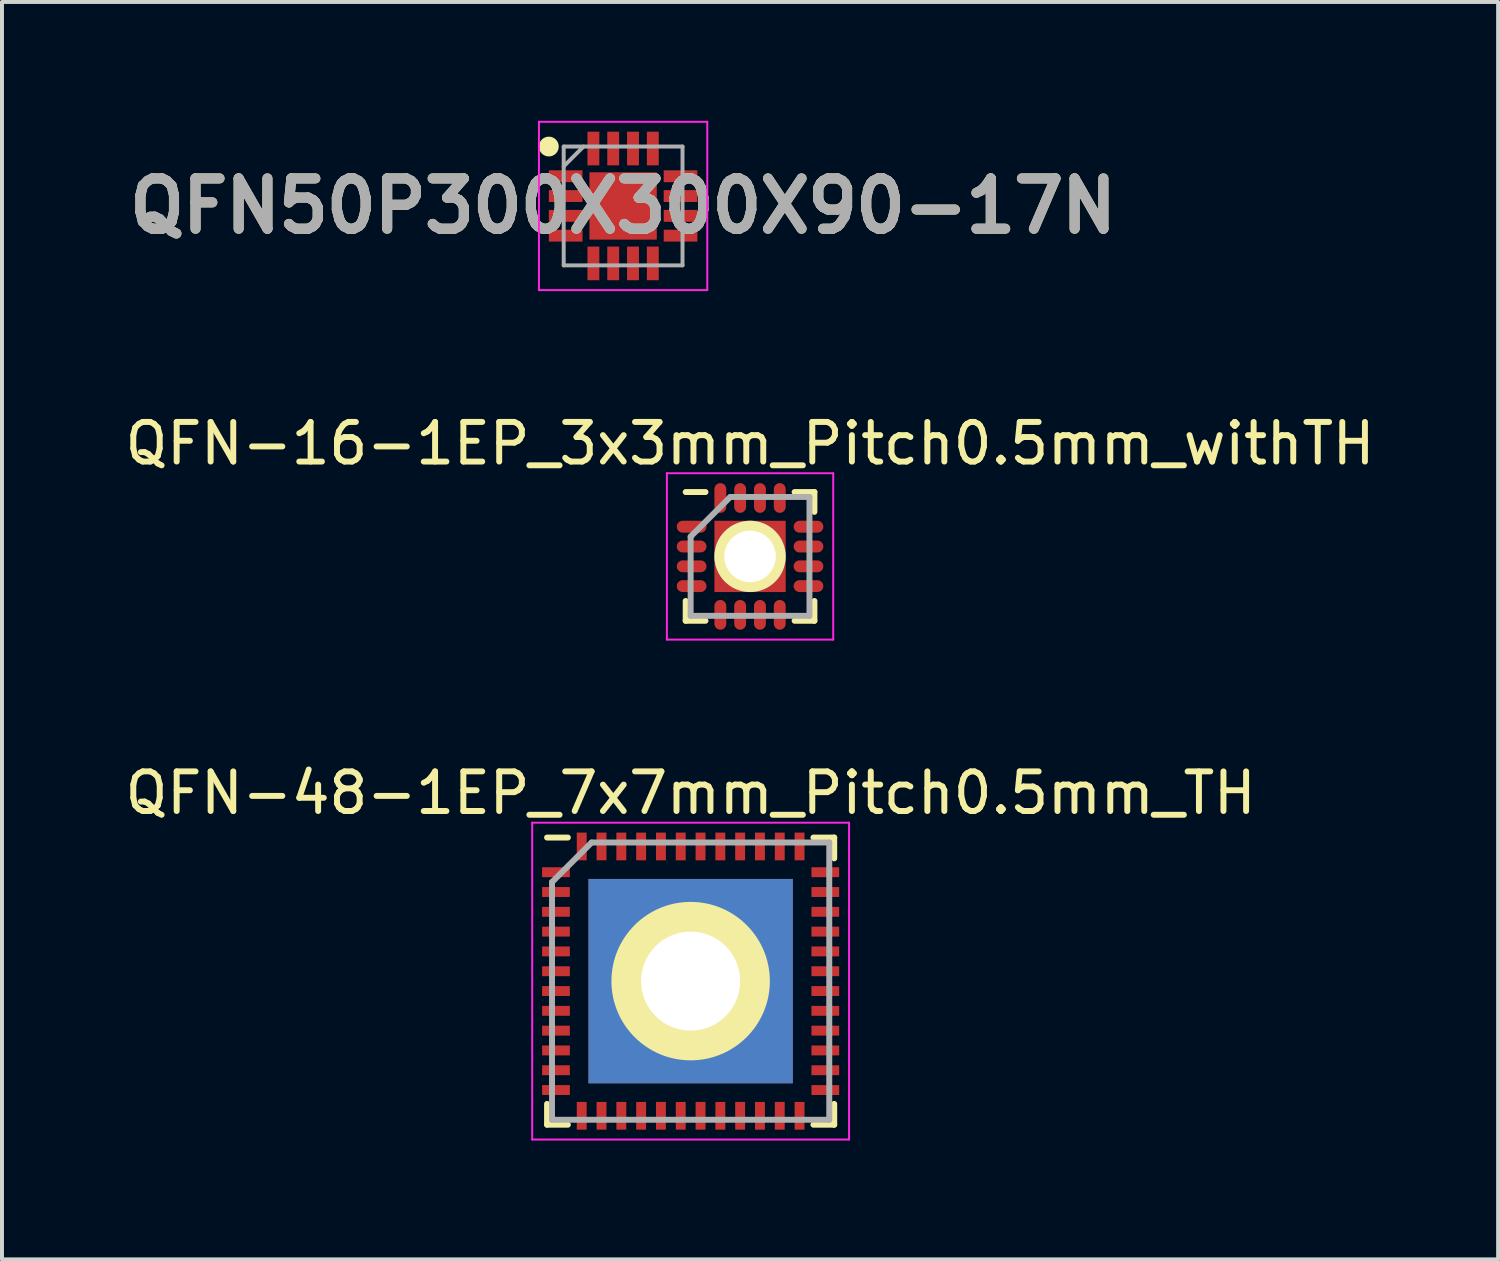
<source format=kicad_pcb>
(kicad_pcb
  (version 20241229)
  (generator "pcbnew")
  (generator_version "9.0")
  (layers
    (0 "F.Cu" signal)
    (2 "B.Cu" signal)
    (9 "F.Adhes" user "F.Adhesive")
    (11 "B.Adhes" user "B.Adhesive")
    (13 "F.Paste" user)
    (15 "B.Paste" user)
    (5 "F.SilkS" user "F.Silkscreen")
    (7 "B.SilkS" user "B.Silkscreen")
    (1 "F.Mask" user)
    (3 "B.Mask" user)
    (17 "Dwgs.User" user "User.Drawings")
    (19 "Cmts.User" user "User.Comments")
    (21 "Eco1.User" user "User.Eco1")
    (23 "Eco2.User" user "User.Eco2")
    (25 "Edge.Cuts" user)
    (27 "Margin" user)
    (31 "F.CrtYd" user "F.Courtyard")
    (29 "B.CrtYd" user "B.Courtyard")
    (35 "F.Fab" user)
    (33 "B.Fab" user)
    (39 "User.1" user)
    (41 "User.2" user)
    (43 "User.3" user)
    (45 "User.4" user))
  (footprint "QFN50P300X300X90-17N"
    (layer "F.Cu")
    (at 12.682 2.15)
    (property "Reference" "QFN50P300X300X90-17N" (at 0 0 0) (layer "F.SilkS") (effects (font (size 1.27 1.27) (thickness 0.254))))
    (attr smd)
    (fp_circle (center -1.875 -1.5) (end -1.875 -1.375) (stroke (width 0.25) (type solid)) (fill no) (layer "F.SilkS"))
    (fp_line (start -2.125 -2.125) (end 2.125 -2.125) (stroke (width 0.05) (type solid)) (layer "F.CrtYd"))
    (fp_line (start -2.125 2.125) (end -2.125 -2.125) (stroke (width 0.05) (type solid)) (layer "F.CrtYd"))
    (fp_line (start 2.125 -2.125) (end 2.125 2.125) (stroke (width 0.05) (type solid)) (layer "F.CrtYd"))
    (fp_line (start 2.125 2.125) (end -2.125 2.125) (stroke (width 0.05) (type solid)) (layer "F.CrtYd"))
    (fp_line (start -1.5 -1.5) (end 1.5 -1.5) (stroke (width 0.1) (type solid)) (layer "F.Fab"))
    (fp_line (start -1.5 -1) (end -1 -1.5) (stroke (width 0.1) (type solid)) (layer "F.Fab"))
    (fp_line (start -1.5 1.5) (end -1.5 -1.5) (stroke (width 0.1) (type solid)) (layer "F.Fab"))
    (fp_line (start 1.5 -1.5) (end 1.5 1.5) (stroke (width 0.1) (type solid)) (layer "F.Fab"))
    (fp_line (start 1.5 1.5) (end -1.5 1.5) (stroke (width 0.1) (type solid)) (layer "F.Fab"))
    (fp_text user "${REFERENCE}" (at 0 0 0) (layer "F.Fab") (effects (font (size 1.27 1.27) (thickness 0.254))))
    (pad "1" smd rect (at -1.45 -0.75 90) (size 0.3 0.85) (layers "F.Cu" "F.Mask" "F.Paste"))
    (pad "2" smd rect (at -1.45 -0.25 90) (size 0.3 0.85) (layers "F.Cu" "F.Mask" "F.Paste"))
    (pad "3" smd rect (at -1.45 0.25 90) (size 0.3 0.85) (layers "F.Cu" "F.Mask" "F.Paste"))
    (pad "4" smd rect (at -1.45 0.75 90) (size 0.3 0.85) (layers "F.Cu" "F.Mask" "F.Paste"))
    (pad "5" smd rect (at -0.75 1.45) (size 0.3 0.85) (layers "F.Cu" "F.Mask" "F.Paste"))
    (pad "6" smd rect (at -0.25 1.45) (size 0.3 0.85) (layers "F.Cu" "F.Mask" "F.Paste"))
    (pad "7" smd rect (at 0.25 1.45) (size 0.3 0.85) (layers "F.Cu" "F.Mask" "F.Paste"))
    (pad "8" smd rect (at 0.75 1.45) (size 0.3 0.85) (layers "F.Cu" "F.Mask" "F.Paste"))
    (pad "9" smd rect (at 1.45 0.75 90) (size 0.3 0.85) (layers "F.Cu" "F.Mask" "F.Paste"))
    (pad "10" smd rect (at 1.45 0.25 90) (size 0.3 0.85) (layers "F.Cu" "F.Mask" "F.Paste"))
    (pad "11" smd rect (at 1.45 -0.25 90) (size 0.3 0.85) (layers "F.Cu" "F.Mask" "F.Paste"))
    (pad "12" smd rect (at 1.45 -0.75 90) (size 0.3 0.85) (layers "F.Cu" "F.Mask" "F.Paste"))
    (pad "13" smd rect (at 0.75 -1.45) (size 0.3 0.85) (layers "F.Cu" "F.Mask" "F.Paste"))
    (pad "14" smd rect (at 0.25 -1.45) (size 0.3 0.85) (layers "F.Cu" "F.Mask" "F.Paste"))
    (pad "15" smd rect (at -0.25 -1.45) (size 0.3 0.85) (layers "F.Cu" "F.Mask" "F.Paste"))
    (pad "16" smd rect (at -0.75 -1.45) (size 0.3 0.85) (layers "F.Cu" "F.Mask" "F.Paste"))
    (pad "17" smd rect (at 0 0) (size 1.7 1.7) (layers "F.Cu" "F.Mask" "F.Paste")))
  (footprint "QFN-16-1EP_3x3mm_Pitch0.5mm_withTH"
    (layer "F.Cu")
    (at 15.887 10.998)
    (property "Reference" "QFN-16-1EP_3x3mm_Pitch0.5mm_withTH" (at 0 -2.85 0) (layer "F.SilkS") (effects (font (size 1 1) (thickness 0.15))))
    (attr smd)
    (fp_line (start -1.625 -1.625) (end -1.125 -1.625) (stroke (width 0.15) (type solid)) (layer "F.SilkS"))
    (fp_line (start -1.625 1.625) (end -1.625 1.125) (stroke (width 0.15) (type solid)) (layer "F.SilkS"))
    (fp_line (start -1.625 1.625) (end -1.125 1.625) (stroke (width 0.15) (type solid)) (layer "F.SilkS"))
    (fp_line (start 1.625 -1.625) (end 1.125 -1.625) (stroke (width 0.15) (type solid)) (layer "F.SilkS"))
    (fp_line (start 1.625 -1.625) (end 1.625 -1.125) (stroke (width 0.15) (type solid)) (layer "F.SilkS"))
    (fp_line (start 1.625 1.625) (end 1.125 1.625) (stroke (width 0.15) (type solid)) (layer "F.SilkS"))
    (fp_line (start 1.625 1.625) (end 1.625 1.125) (stroke (width 0.15) (type solid)) (layer "F.SilkS"))
    (fp_line (start -2.1 -2.1) (end -2.1 2.1) (stroke (width 0.05) (type solid)) (layer "F.CrtYd"))
    (fp_line (start -2.1 -2.1) (end 2.1 -2.1) (stroke (width 0.05) (type solid)) (layer "F.CrtYd"))
    (fp_line (start -2.1 2.1) (end 2.1 2.1) (stroke (width 0.05) (type solid)) (layer "F.CrtYd"))
    (fp_line (start 2.1 -2.1) (end 2.1 2.1) (stroke (width 0.05) (type solid)) (layer "F.CrtYd"))
    (fp_line (start -1.5 -0.5) (end -0.5 -1.5) (stroke (width 0.15) (type solid)) (layer "F.Fab"))
    (fp_line (start -1.5 1.5) (end -1.5 -0.5) (stroke (width 0.15) (type solid)) (layer "F.Fab"))
    (fp_line (start -0.5 -1.5) (end 1.5 -1.5) (stroke (width 0.15) (type solid)) (layer "F.Fab"))
    (fp_line (start 1.5 -1.5) (end 1.5 1.5) (stroke (width 0.15) (type solid)) (layer "F.Fab"))
    (fp_line (start 1.5 1.5) (end -1.5 1.5) (stroke (width 0.15) (type solid)) (layer "F.Fab"))
    (pad "1" smd oval (at -1.475 -0.75) (size 0.75 0.3) (layers "F.Cu" "F.Mask" "F.Paste"))
    (pad "2" smd oval (at -1.475 -0.25) (size 0.75 0.3) (layers "F.Cu" "F.Mask" "F.Paste"))
    (pad "3" smd oval (at -1.475 0.25) (size 0.75 0.3) (layers "F.Cu" "F.Mask" "F.Paste"))
    (pad "4" smd oval (at -1.475 0.75) (size 0.75 0.3) (layers "F.Cu" "F.Mask" "F.Paste"))
    (pad "5" smd oval (at -0.75 1.475 90) (size 0.75 0.3) (layers "F.Cu" "F.Mask" "F.Paste"))
    (pad "6" smd oval (at -0.25 1.475 90) (size 0.75 0.3) (layers "F.Cu" "F.Mask" "F.Paste"))
    (pad "7" smd oval (at 0.25 1.475 90) (size 0.75 0.3) (layers "F.Cu" "F.Mask" "F.Paste"))
    (pad "8" smd oval (at 0.75 1.475 90) (size 0.75 0.3) (layers "F.Cu" "F.Mask" "F.Paste"))
    (pad "9" smd oval (at 1.475 0.75) (size 0.75 0.3) (layers "F.Cu" "F.Mask" "F.Paste"))
    (pad "10" smd oval (at 1.475 0.25) (size 0.75 0.3) (layers "F.Cu" "F.Mask" "F.Paste"))
    (pad "11" smd oval (at 1.475 -0.25) (size 0.75 0.3) (layers "F.Cu" "F.Mask" "F.Paste"))
    (pad "12" smd oval (at 1.475 -0.75) (size 0.75 0.3) (layers "F.Cu" "F.Mask" "F.Paste"))
    (pad "13" smd oval (at 0.75 -1.475 90) (size 0.75 0.3) (layers "F.Cu" "F.Mask" "F.Paste"))
    (pad "14" smd oval (at 0.25 -1.475 90) (size 0.75 0.3) (layers "F.Cu" "F.Mask" "F.Paste"))
    (pad "15" smd oval (at -0.25 -1.475 90) (size 0.75 0.3) (layers "F.Cu" "F.Mask" "F.Paste"))
    (pad "16" smd oval (at -0.75 -1.475 90) (size 0.75 0.3) (layers "F.Cu" "F.Mask" "F.Paste"))
    (pad "17" thru_hole circle (at 0 0) (size 1.8 1.8) (drill 1.3) (layers "*.Cu" "*.Mask" "F.SilkS"))
    (pad "17" smd rect (at 0 0) (size 1.8 1.8) (layers "F.Cu" "F.Mask" "F.Paste")))
  (footprint "QFN-48-1EP_7x7mm_Pitch0.5mm_TH"
    (layer "F.Cu")
    (at 14.387 21.721)
    (property "Reference" "QFN-48-1EP_7x7mm_Pitch0.5mm_TH" (at 0 -4.75 0) (layer "F.SilkS") (effects (font (size 1 1) (thickness 0.15))))
    (attr smd)
    (fp_line (start -3.625 -3.625) (end -3.1 -3.625) (stroke (width 0.15) (type solid)) (layer "F.SilkS"))
    (fp_line (start -3.625 3.625) (end -3.625 3.1) (stroke (width 0.15) (type solid)) (layer "F.SilkS"))
    (fp_line (start -3.625 3.625) (end -3.1 3.625) (stroke (width 0.15) (type solid)) (layer "F.SilkS"))
    (fp_line (start 3.625 -3.625) (end 3.1 -3.625) (stroke (width 0.15) (type solid)) (layer "F.SilkS"))
    (fp_line (start 3.625 -3.625) (end 3.625 -3.1) (stroke (width 0.15) (type solid)) (layer "F.SilkS"))
    (fp_line (start 3.625 3.625) (end 3.1 3.625) (stroke (width 0.15) (type solid)) (layer "F.SilkS"))
    (fp_line (start 3.625 3.625) (end 3.625 3.1) (stroke (width 0.15) (type solid)) (layer "F.SilkS"))
    (fp_line (start -4 -4) (end -4 4) (stroke (width 0.05) (type solid)) (layer "F.CrtYd"))
    (fp_line (start -4 -4) (end 4 -4) (stroke (width 0.05) (type solid)) (layer "F.CrtYd"))
    (fp_line (start -4 4) (end 4 4) (stroke (width 0.05) (type solid)) (layer "F.CrtYd"))
    (fp_line (start 4 -4) (end 4 4) (stroke (width 0.05) (type solid)) (layer "F.CrtYd"))
    (fp_line (start -3.5 -2.5) (end -2.5 -3.5) (stroke (width 0.15) (type solid)) (layer "F.Fab"))
    (fp_line (start -3.5 3.5) (end -3.5 -2.5) (stroke (width 0.15) (type solid)) (layer "F.Fab"))
    (fp_line (start -2.5 -3.5) (end 3.5 -3.5) (stroke (width 0.15) (type solid)) (layer "F.Fab"))
    (fp_line (start 3.5 -3.5) (end 3.5 3.5) (stroke (width 0.15) (type solid)) (layer "F.Fab"))
    (fp_line (start 3.5 3.5) (end -3.5 3.5) (stroke (width 0.15) (type solid)) (layer "F.Fab"))
    (pad "1" smd rect (at -3.4 -2.75) (size 0.7 0.25) (layers "F.Cu" "F.Mask" "F.Paste"))
    (pad "2" smd rect (at -3.4 -2.25) (size 0.7 0.25) (layers "F.Cu" "F.Mask" "F.Paste"))
    (pad "3" smd rect (at -3.4 -1.75) (size 0.7 0.25) (layers "F.Cu" "F.Mask" "F.Paste"))
    (pad "4" smd rect (at -3.4 -1.25) (size 0.7 0.25) (layers "F.Cu" "F.Mask" "F.Paste"))
    (pad "5" smd rect (at -3.4 -0.75) (size 0.7 0.25) (layers "F.Cu" "F.Mask" "F.Paste"))
    (pad "6" smd rect (at -3.4 -0.25) (size 0.7 0.25) (layers "F.Cu" "F.Mask" "F.Paste"))
    (pad "7" smd rect (at -3.4 0.25) (size 0.7 0.25) (layers "F.Cu" "F.Mask" "F.Paste"))
    (pad "8" smd rect (at -3.4 0.75) (size 0.7 0.25) (layers "F.Cu" "F.Mask" "F.Paste"))
    (pad "9" smd rect (at -3.4 1.25) (size 0.7 0.25) (layers "F.Cu" "F.Mask" "F.Paste"))
    (pad "10" smd rect (at -3.4 1.75) (size 0.7 0.25) (layers "F.Cu" "F.Mask" "F.Paste"))
    (pad "11" smd rect (at -3.4 2.25) (size 0.7 0.25) (layers "F.Cu" "F.Mask" "F.Paste"))
    (pad "12" smd rect (at -3.4 2.75) (size 0.7 0.25) (layers "F.Cu" "F.Mask" "F.Paste"))
    (pad "13" smd rect (at -2.75 3.4 90) (size 0.7 0.25) (layers "F.Cu" "F.Mask" "F.Paste"))
    (pad "14" smd rect (at -2.25 3.4 90) (size 0.7 0.25) (layers "F.Cu" "F.Mask" "F.Paste"))
    (pad "15" smd rect (at -1.75 3.4 90) (size 0.7 0.25) (layers "F.Cu" "F.Mask" "F.Paste"))
    (pad "16" smd rect (at -1.25 3.4 90) (size 0.7 0.25) (layers "F.Cu" "F.Mask" "F.Paste"))
    (pad "17" smd rect (at -0.75 3.4 90) (size 0.7 0.25) (layers "F.Cu" "F.Mask" "F.Paste"))
    (pad "18" smd rect (at -0.25 3.4 90) (size 0.7 0.25) (layers "F.Cu" "F.Mask" "F.Paste"))
    (pad "19" smd rect (at 0.25 3.4 90) (size 0.7 0.25) (layers "F.Cu" "F.Mask" "F.Paste"))
    (pad "20" smd rect (at 0.75 3.4 90) (size 0.7 0.25) (layers "F.Cu" "F.Mask" "F.Paste"))
    (pad "21" smd rect (at 1.25 3.4 90) (size 0.7 0.25) (layers "F.Cu" "F.Mask" "F.Paste"))
    (pad "22" smd rect (at 1.75 3.4 90) (size 0.7 0.25) (layers "F.Cu" "F.Mask" "F.Paste"))
    (pad "23" smd rect (at 2.25 3.4 90) (size 0.7 0.25) (layers "F.Cu" "F.Mask" "F.Paste"))
    (pad "24" smd rect (at 2.75 3.4 90) (size 0.7 0.25) (layers "F.Cu" "F.Mask" "F.Paste"))
    (pad "25" smd rect (at 3.4 2.75) (size 0.7 0.25) (layers "F.Cu" "F.Mask" "F.Paste"))
    (pad "26" smd rect (at 3.4 2.25) (size 0.7 0.25) (layers "F.Cu" "F.Mask" "F.Paste"))
    (pad "27" smd rect (at 3.4 1.75) (size 0.7 0.25) (layers "F.Cu" "F.Mask" "F.Paste"))
    (pad "28" smd rect (at 3.4 1.25) (size 0.7 0.25) (layers "F.Cu" "F.Mask" "F.Paste"))
    (pad "29" smd rect (at 3.4 0.75) (size 0.7 0.25) (layers "F.Cu" "F.Mask" "F.Paste"))
    (pad "30" smd rect (at 3.4 0.25) (size 0.7 0.25) (layers "F.Cu" "F.Mask" "F.Paste"))
    (pad "31" smd rect (at 3.4 -0.25) (size 0.7 0.25) (layers "F.Cu" "F.Mask" "F.Paste"))
    (pad "32" smd rect (at 3.4 -0.75) (size 0.7 0.25) (layers "F.Cu" "F.Mask" "F.Paste"))
    (pad "33" smd rect (at 3.4 -1.25) (size 0.7 0.25) (layers "F.Cu" "F.Mask" "F.Paste"))
    (pad "34" smd rect (at 3.4 -1.75) (size 0.7 0.25) (layers "F.Cu" "F.Mask" "F.Paste"))
    (pad "35" smd rect (at 3.4 -2.25) (size 0.7 0.25) (layers "F.Cu" "F.Mask" "F.Paste"))
    (pad "36" smd rect (at 3.4 -2.75) (size 0.7 0.25) (layers "F.Cu" "F.Mask" "F.Paste"))
    (pad "37" smd rect (at 2.75 -3.4 90) (size 0.7 0.25) (layers "F.Cu" "F.Mask" "F.Paste"))
    (pad "38" smd rect (at 2.25 -3.4 90) (size 0.7 0.25) (layers "F.Cu" "F.Mask" "F.Paste"))
    (pad "39" smd rect (at 1.75 -3.4 90) (size 0.7 0.25) (layers "F.Cu" "F.Mask" "F.Paste"))
    (pad "40" smd rect (at 1.25 -3.4 90) (size 0.7 0.25) (layers "F.Cu" "F.Mask" "F.Paste"))
    (pad "41" smd rect (at 0.75 -3.4 90) (size 0.7 0.25) (layers "F.Cu" "F.Mask" "F.Paste"))
    (pad "42" smd rect (at 0.25 -3.4 90) (size 0.7 0.25) (layers "F.Cu" "F.Mask" "F.Paste"))
    (pad "43" smd rect (at -0.25 -3.4 90) (size 0.7 0.25) (layers "F.Cu" "F.Mask" "F.Paste"))
    (pad "44" smd rect (at -0.75 -3.4 90) (size 0.7 0.25) (layers "F.Cu" "F.Mask" "F.Paste"))
    (pad "45" smd rect (at -1.25 -3.4 90) (size 0.7 0.25) (layers "F.Cu" "F.Mask" "F.Paste"))
    (pad "46" smd rect (at -1.75 -3.4 90) (size 0.7 0.25) (layers "F.Cu" "F.Mask" "F.Paste"))
    (pad "47" smd rect (at -2.25 -3.4 90) (size 0.7 0.25) (layers "F.Cu" "F.Mask" "F.Paste"))
    (pad "48" smd rect (at -2.75 -3.4 90) (size 0.7 0.25) (layers "F.Cu" "F.Mask" "F.Paste"))
    (pad "49" thru_hole circle (at 0 0) (size 4 4) (drill 2.5) (layers "*.Cu" "*.Mask" "F.SilkS"))
    (pad "49" smd rect (at 0 0) (size 5.16 5.16) (layers "F.Cu" "F.Mask" "F.Paste"))
    (pad "49" smd rect (at 0 0) (size 5.16 5.16) (layers "B.Cu" "B.Mask" "B.Paste")))
  (gr_rect
    (start -3 -3)
    (end 34.774 28.747)
    (stroke (width 0.1) (type default))
    (fill no)
    (layer "Edge.Cuts")))
</source>
